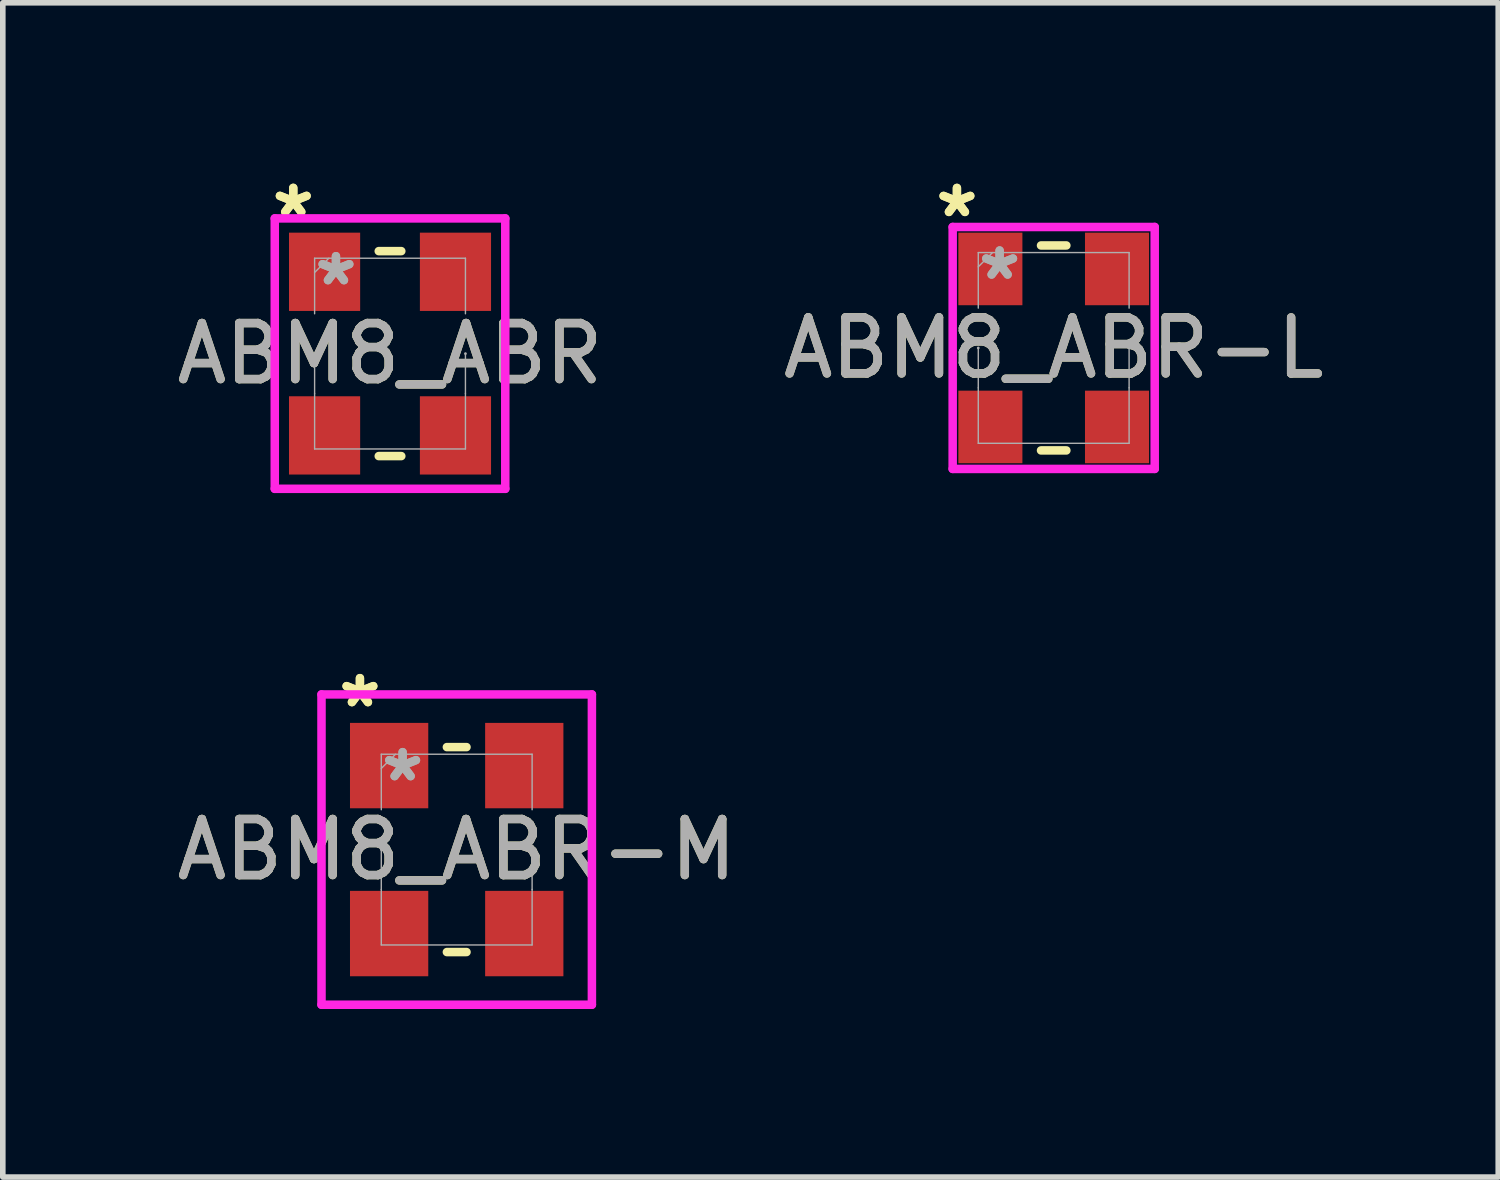
<source format=kicad_pcb>
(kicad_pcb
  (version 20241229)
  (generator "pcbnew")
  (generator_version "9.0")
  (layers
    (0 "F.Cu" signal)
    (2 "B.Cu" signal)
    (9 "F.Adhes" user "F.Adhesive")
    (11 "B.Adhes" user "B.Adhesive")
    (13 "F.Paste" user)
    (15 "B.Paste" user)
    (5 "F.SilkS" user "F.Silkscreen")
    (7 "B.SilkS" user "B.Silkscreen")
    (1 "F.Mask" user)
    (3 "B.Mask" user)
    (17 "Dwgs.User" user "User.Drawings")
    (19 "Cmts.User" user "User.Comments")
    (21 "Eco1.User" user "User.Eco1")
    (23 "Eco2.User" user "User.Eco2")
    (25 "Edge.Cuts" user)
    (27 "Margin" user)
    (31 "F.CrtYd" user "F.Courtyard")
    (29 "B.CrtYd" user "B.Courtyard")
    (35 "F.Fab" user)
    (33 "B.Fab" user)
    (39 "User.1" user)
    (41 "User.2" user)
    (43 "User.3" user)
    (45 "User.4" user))
  (footprint "ABM8_ABR-M"
    (layer "F.Cu")
    (at 5.101 12.113)
    (property "Reference" "ABM8_ABR-M" (at 0 0 0) (unlocked yes) (layer "F.SilkS") (effects (font (size 1 1) (thickness 0.15))))
    (attr smd)
    (fp_line (start -0.175 -1.829) (end 0.175 -1.829) (stroke (width 0.152) (type solid)) (layer "F.SilkS"))
    (fp_line (start -0.175 1.829) (end 0.175 1.829) (stroke (width 0.152) (type solid)) (layer "F.SilkS"))
    (fp_line (start -2.413 -2.769) (end 2.413 -2.769) (stroke (width 0.152) (type solid)) (layer "F.CrtYd"))
    (fp_line (start -2.413 2.769) (end -2.413 -2.769) (stroke (width 0.152) (type solid)) (layer "F.CrtYd"))
    (fp_line (start 2.413 -2.769) (end 2.413 2.769) (stroke (width 0.152) (type solid)) (layer "F.CrtYd"))
    (fp_line (start 2.413 2.769) (end -2.413 2.769) (stroke (width 0.152) (type solid)) (layer "F.CrtYd"))
    (fp_line (start -1.346 -1.702) (end 1.346 -1.702) (stroke (width 0.025) (type solid)) (layer "F.Fab"))
    (fp_line (start -1.346 -0.711) (end -1.346 -1.702) (stroke (width 0.025) (type solid)) (layer "F.Fab"))
    (fp_line (start -1.346 0) (end -1.346 0.711) (stroke (width 0.025) (type solid)) (layer "F.Fab"))
    (fp_line (start -1.346 0.711) (end -1.346 1.702) (stroke (width 0.025) (type solid)) (layer "F.Fab"))
    (fp_line (start -1.346 1.702) (end 1.346 1.702) (stroke (width 0.025) (type solid)) (layer "F.Fab"))
    (fp_line (start -1.092 -1.702) (end -1.346 -1.448) (stroke (width 0.025) (type solid)) (layer "F.Fab"))
    (fp_line (start 1.346 -0.711) (end 1.346 -1.702) (stroke (width 0.025) (type solid)) (layer "F.Fab"))
    (fp_line (start 1.346 0) (end 1.346 0.711) (stroke (width 0.025) (type solid)) (layer "F.Fab"))
    (fp_line (start 1.346 0.711) (end 1.346 1.702) (stroke (width 0.025) (type solid)) (layer "F.Fab"))
    (fp_arc (start -1.3462 0) (mid -1.3462 0) (end -1.3462 0) (stroke (width 0.0254) (type solid)) (layer "F.Fab"))
    (fp_arc (start 1.3462 0) (mid 1.3462 0) (end 1.3462 0) (stroke (width 0.0254) (type solid)) (layer "F.Fab"))
    (fp_text user "*" (at -1.727 -2.515 0) (unlocked yes) (layer "F.SilkS") (effects (font (size 1 1) (thickness 0.15))))
    (fp_text user "*" (at -1.727 -2.515 0) (layer "F.SilkS") (effects (font (size 1 1) (thickness 0.15))))
    (fp_text user "*" (at -0.965 -1.194 0) (unlocked yes) (layer "F.Fab") (effects (font (size 1 1) (thickness 0.15))))
    (fp_text user "*" (at -0.965 -1.194 0) (layer "F.Fab") (effects (font (size 1 1) (thickness 0.15))))
    (fp_text user "${REFERENCE}" (at 0 0 0) (unlocked yes) (layer "F.Fab") (effects (font (size 1 1) (thickness 0.15))))
    (pad "1" smd rect (at -1.206 -1.499) (size 1.397 1.524) (layers "F.Cu" "F.Mask" "F.Paste"))
    (pad "2" smd rect (at -1.206 1.499) (size 1.397 1.524) (layers "F.Cu" "F.Mask" "F.Paste"))
    (pad "3" smd rect (at 1.206 1.499) (size 1.397 1.524) (layers "F.Cu" "F.Mask" "F.Paste"))
    (pad "4" smd rect (at 1.206 -1.499) (size 1.397 1.524) (layers "F.Cu" "F.Mask" "F.Paste")))
  (footprint "ABM8_ABR"
    (layer "F.Cu")
    (at 3.911 3.261)
    (property "Reference" "ABM8_ABR" (at 0 0 0) (unlocked yes) (layer "F.SilkS") (effects (font (size 1 1) (thickness 0.15))))
    (attr smd)
    (fp_line (start -0.201 -1.829) (end 0.201 -1.829) (stroke (width 0.152) (type solid)) (layer "F.SilkS"))
    (fp_line (start -0.201 1.829) (end 0.201 1.829) (stroke (width 0.152) (type solid)) (layer "F.SilkS"))
    (fp_line (start -2.057 -2.413) (end 2.057 -2.413) (stroke (width 0.152) (type solid)) (layer "F.CrtYd"))
    (fp_line (start -2.057 2.413) (end -2.057 -2.413) (stroke (width 0.152) (type solid)) (layer "F.CrtYd"))
    (fp_line (start 2.057 -2.413) (end 2.057 2.413) (stroke (width 0.152) (type solid)) (layer "F.CrtYd"))
    (fp_line (start 2.057 2.413) (end -2.057 2.413) (stroke (width 0.152) (type solid)) (layer "F.CrtYd"))
    (fp_line (start -1.346 -1.702) (end 1.346 -1.702) (stroke (width 0.025) (type solid)) (layer "F.Fab"))
    (fp_line (start -1.346 -0.711) (end -1.346 -1.702) (stroke (width 0.025) (type solid)) (layer "F.Fab"))
    (fp_line (start -1.346 0) (end -1.346 0.711) (stroke (width 0.025) (type solid)) (layer "F.Fab"))
    (fp_line (start -1.346 0.711) (end -1.346 1.702) (stroke (width 0.025) (type solid)) (layer "F.Fab"))
    (fp_line (start -1.346 1.702) (end 1.346 1.702) (stroke (width 0.025) (type solid)) (layer "F.Fab"))
    (fp_line (start -1.092 -1.702) (end -1.346 -1.448) (stroke (width 0.025) (type solid)) (layer "F.Fab"))
    (fp_line (start 1.346 -0.711) (end 1.346 -1.702) (stroke (width 0.025) (type solid)) (layer "F.Fab"))
    (fp_line (start 1.346 0) (end 1.346 0.711) (stroke (width 0.025) (type solid)) (layer "F.Fab"))
    (fp_line (start 1.346 0.711) (end 1.346 1.702) (stroke (width 0.025) (type solid)) (layer "F.Fab"))
    (fp_arc (start -1.3462 0) (mid -1.3462 0) (end -1.3462 0) (stroke (width 0.0254) (type solid)) (layer "F.Fab"))
    (fp_arc (start 1.3462 0) (mid 1.3462 0) (end 1.3462 0) (stroke (width 0.0254) (type solid)) (layer "F.Fab"))
    (fp_text user "*" (at -1.727 -2.413 0) (unlocked yes) (layer "F.SilkS") (effects (font (size 1 1) (thickness 0.15))))
    (fp_text user "*" (at -1.727 -2.413 0) (layer "F.SilkS") (effects (font (size 1 1) (thickness 0.15))))
    (fp_text user "*" (at -0.965 -1.194 0) (layer "F.Fab") (effects (font (size 1 1) (thickness 0.15))))
    (fp_text user "${REFERENCE}" (at 0 0 0) (unlocked yes) (layer "F.Fab") (effects (font (size 1 1) (thickness 0.15))))
    (fp_text user "*" (at -0.965 -1.194 0) (unlocked yes) (layer "F.Fab") (effects (font (size 1 1) (thickness 0.15))))
    (pad "1" smd rect (at -1.168 -1.46) (size 1.27 1.397) (layers "F.Cu" "F.Mask" "F.Paste"))
    (pad "2" smd rect (at -1.168 1.46) (size 1.27 1.397) (layers "F.Cu" "F.Mask" "F.Paste"))
    (pad "3" smd rect (at 1.168 1.46) (size 1.27 1.397) (layers "F.Cu" "F.Mask" "F.Paste"))
    (pad "4" smd rect (at 1.168 -1.46) (size 1.27 1.397) (layers "F.Cu" "F.Mask" "F.Paste")))
  (footprint "ABM8_ABR-L"
    (layer "F.Cu")
    (at 15.756 3.16)
    (property "Reference" "ABM8_ABR-L" (at 0 0 0) (unlocked yes) (layer "F.SilkS") (effects (font (size 1 1) (thickness 0.15))))
    (attr smd)
    (fp_line (start -0.226 -1.829) (end 0.226 -1.829) (stroke (width 0.152) (type solid)) (layer "F.SilkS"))
    (fp_line (start -0.226 1.829) (end 0.226 1.829) (stroke (width 0.152) (type solid)) (layer "F.SilkS"))
    (fp_line (start -1.803 -2.159) (end 1.803 -2.159) (stroke (width 0.152) (type solid)) (layer "F.CrtYd"))
    (fp_line (start -1.803 2.159) (end -1.803 -2.159) (stroke (width 0.152) (type solid)) (layer "F.CrtYd"))
    (fp_line (start 1.803 -2.159) (end 1.803 2.159) (stroke (width 0.152) (type solid)) (layer "F.CrtYd"))
    (fp_line (start 1.803 2.159) (end -1.803 2.159) (stroke (width 0.152) (type solid)) (layer "F.CrtYd"))
    (fp_line (start -1.346 -1.702) (end 1.346 -1.702) (stroke (width 0.025) (type solid)) (layer "F.Fab"))
    (fp_line (start -1.346 -0.711) (end -1.346 -1.702) (stroke (width 0.025) (type solid)) (layer "F.Fab"))
    (fp_line (start -1.346 0) (end -1.346 0.711) (stroke (width 0.025) (type solid)) (layer "F.Fab"))
    (fp_line (start -1.346 0.711) (end -1.346 1.702) (stroke (width 0.025) (type solid)) (layer "F.Fab"))
    (fp_line (start -1.346 1.702) (end 1.346 1.702) (stroke (width 0.025) (type solid)) (layer "F.Fab"))
    (fp_line (start -1.092 -1.702) (end -1.346 -1.448) (stroke (width 0.025) (type solid)) (layer "F.Fab"))
    (fp_line (start 1.346 -0.711) (end 1.346 -1.702) (stroke (width 0.025) (type solid)) (layer "F.Fab"))
    (fp_line (start 1.346 0) (end 1.346 0.711) (stroke (width 0.025) (type solid)) (layer "F.Fab"))
    (fp_line (start 1.346 0.711) (end 1.346 1.702) (stroke (width 0.025) (type solid)) (layer "F.Fab"))
    (fp_arc (start -1.3462 0) (mid -1.3462 0) (end -1.3462 0) (stroke (width 0.0254) (type solid)) (layer "F.Fab"))
    (fp_arc (start 1.3462 0) (mid 1.3462 0) (end 1.3462 0) (stroke (width 0.0254) (type solid)) (layer "F.Fab"))
    (fp_text user "*" (at -1.727 -2.311 0) (layer "F.SilkS") (effects (font (size 1 1) (thickness 0.15))))
    (fp_text user "*" (at -1.727 -2.311 0) (unlocked yes) (layer "F.SilkS") (effects (font (size 1 1) (thickness 0.15))))
    (fp_text user "${REFERENCE}" (at 0 0 0) (unlocked yes) (layer "F.Fab") (effects (font (size 1 1) (thickness 0.15))))
    (fp_text user "*" (at -0.965 -1.194 0) (layer "F.Fab") (effects (font (size 1 1) (thickness 0.15))))
    (fp_text user "*" (at -0.965 -1.194 0) (unlocked yes) (layer "F.Fab") (effects (font (size 1 1) (thickness 0.15))))
    (pad "1" smd rect (at -1.13 -1.41) (size 1.143 1.295) (layers "F.Cu" "F.Mask" "F.Paste"))
    (pad "2" smd rect (at -1.13 1.41) (size 1.143 1.295) (layers "F.Cu" "F.Mask" "F.Paste"))
    (pad "3" smd rect (at 1.13 1.41) (size 1.143 1.295) (layers "F.Cu" "F.Mask" "F.Paste"))
    (pad "4" smd rect (at 1.13 -1.41) (size 1.143 1.295) (layers "F.Cu" "F.Mask" "F.Paste")))
  (gr_rect
    (start -3 -3)
    (end 23.69 17.958)
    (stroke (width 0.1) (type default))
    (fill no)
    (layer "Edge.Cuts")))
</source>
